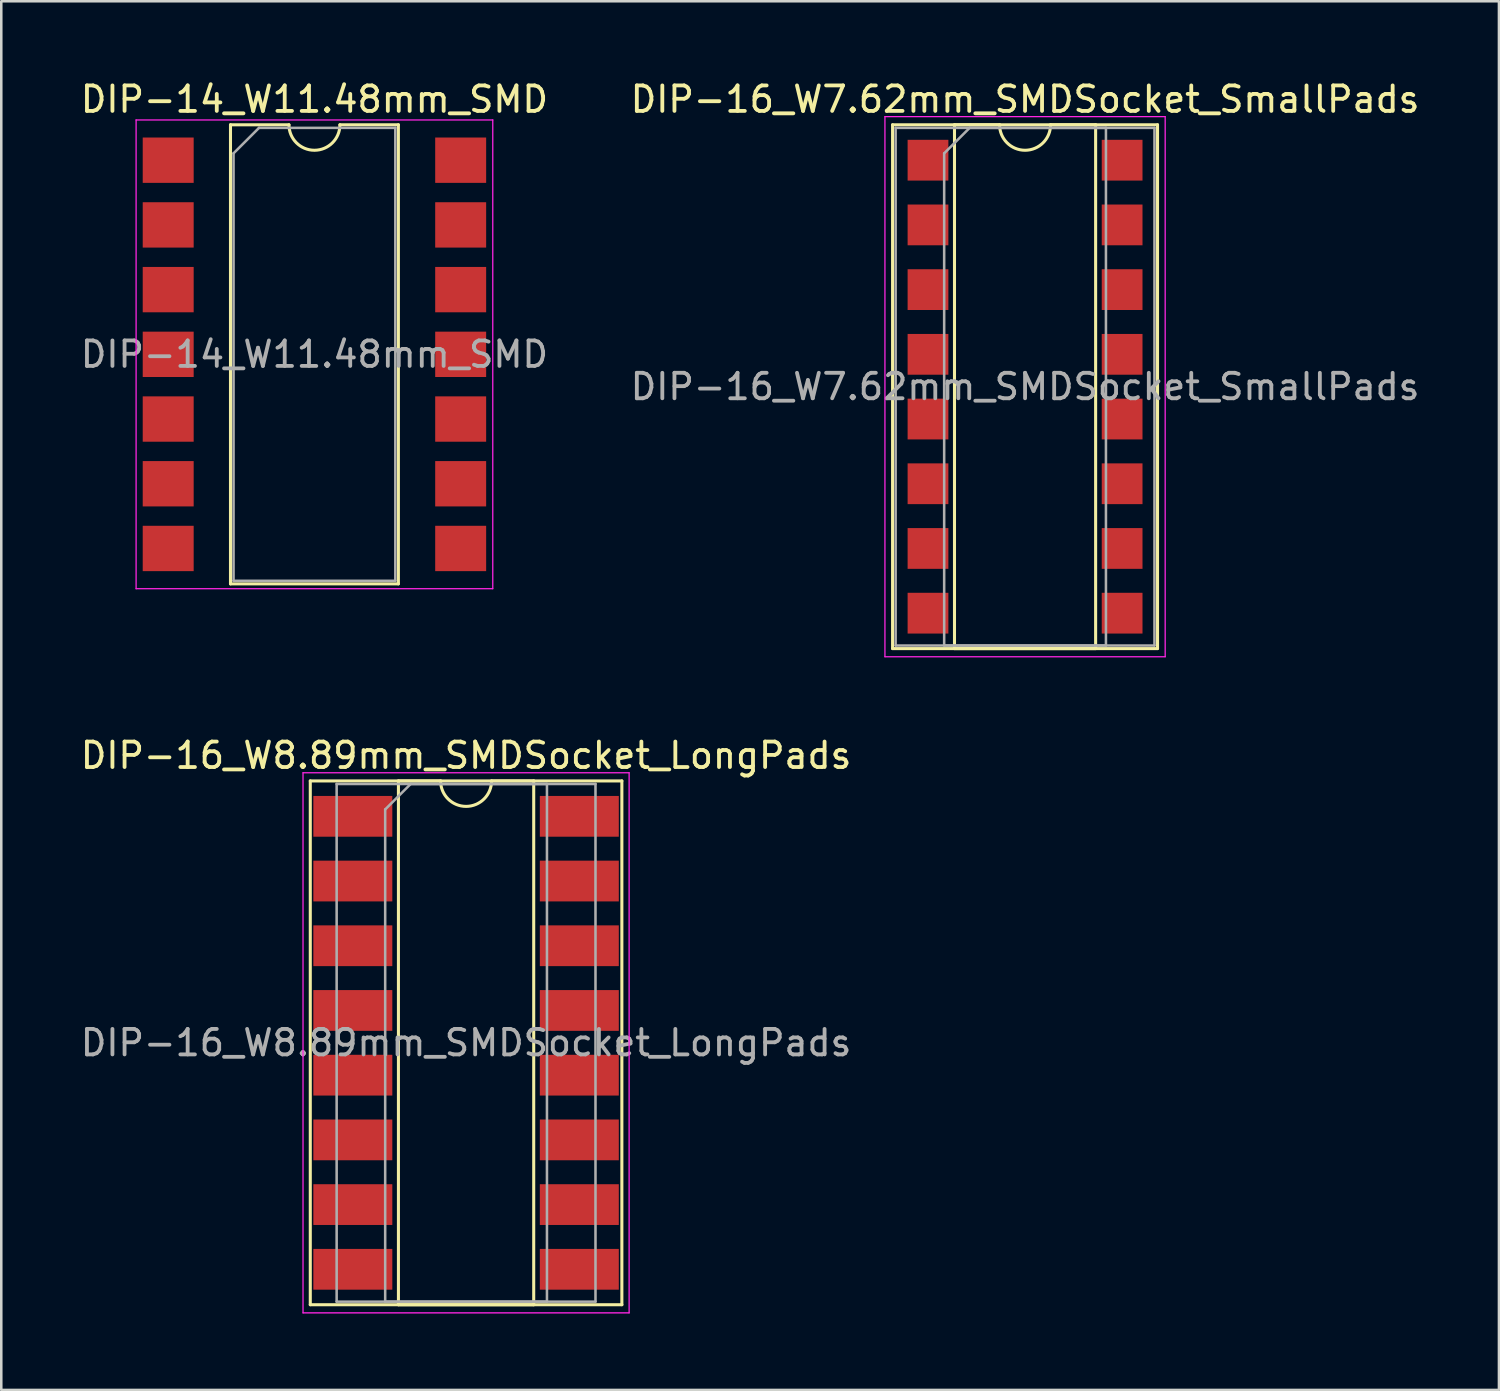
<source format=kicad_pcb>
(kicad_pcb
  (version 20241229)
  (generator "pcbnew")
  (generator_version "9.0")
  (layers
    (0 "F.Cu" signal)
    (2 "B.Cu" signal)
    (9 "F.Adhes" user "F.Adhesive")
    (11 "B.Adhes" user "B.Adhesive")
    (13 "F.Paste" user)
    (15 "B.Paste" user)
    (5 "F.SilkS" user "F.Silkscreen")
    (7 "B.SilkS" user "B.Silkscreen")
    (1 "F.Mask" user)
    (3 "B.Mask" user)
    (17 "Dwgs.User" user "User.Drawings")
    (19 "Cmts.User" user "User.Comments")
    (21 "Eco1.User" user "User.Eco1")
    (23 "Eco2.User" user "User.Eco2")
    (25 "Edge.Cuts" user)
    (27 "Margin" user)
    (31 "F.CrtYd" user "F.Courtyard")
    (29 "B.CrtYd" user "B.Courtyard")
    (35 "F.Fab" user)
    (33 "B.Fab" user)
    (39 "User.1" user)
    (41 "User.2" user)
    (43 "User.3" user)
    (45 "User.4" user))
  (footprint "DIP-14_W11.48mm_SMD"
    (layer "F.Cu")
    (at 9.292 10.858)
    (property "Reference" "DIP-14_W11.48mm_SMD" (at 0 -10.01 0) (layer "F.SilkS") (effects (font (size 1 1) (thickness 0.15))))
    (attr smd)
    (fp_line (start -3.295 -9.01) (end -3.295 9.01) (stroke (width 0.12) (type solid)) (layer "F.SilkS"))
    (fp_line (start -3.295 9.01) (end 3.295 9.01) (stroke (width 0.12) (type solid)) (layer "F.SilkS"))
    (fp_line (start -1 -9.01) (end -3.295 -9.01) (stroke (width 0.12) (type solid)) (layer "F.SilkS"))
    (fp_line (start 3.295 -9.01) (end 1 -9.01) (stroke (width 0.12) (type solid)) (layer "F.SilkS"))
    (fp_line (start 3.295 9.01) (end 3.295 -9.01) (stroke (width 0.12) (type solid)) (layer "F.SilkS"))
    (fp_arc (start 1 -9.01) (mid 0 -8.01) (end -1 -9.01) (stroke (width 0.12) (type solid)) (layer "F.SilkS"))
    (fp_line (start -7 -9.2) (end -7 9.2) (stroke (width 0.05) (type solid)) (layer "F.CrtYd"))
    (fp_line (start -7 9.2) (end 7 9.2) (stroke (width 0.05) (type solid)) (layer "F.CrtYd"))
    (fp_line (start 7 -9.2) (end -7 -9.2) (stroke (width 0.05) (type solid)) (layer "F.CrtYd"))
    (fp_line (start 7 9.2) (end 7 -9.2) (stroke (width 0.05) (type solid)) (layer "F.CrtYd"))
    (fp_line (start -3.175 -7.89) (end -2.175 -8.89) (stroke (width 0.1) (type solid)) (layer "F.Fab"))
    (fp_line (start -3.175 8.89) (end -3.175 -7.89) (stroke (width 0.1) (type solid)) (layer "F.Fab"))
    (fp_line (start -2.175 -8.89) (end 3.175 -8.89) (stroke (width 0.1) (type solid)) (layer "F.Fab"))
    (fp_line (start 3.175 -8.89) (end 3.175 8.89) (stroke (width 0.1) (type solid)) (layer "F.Fab"))
    (fp_line (start 3.175 8.89) (end -3.175 8.89) (stroke (width 0.1) (type solid)) (layer "F.Fab"))
    (fp_text user "${REFERENCE}" (at 0 0 0) (layer "F.Fab") (effects (font (size 1 1) (thickness 0.15))))
    (pad "1" smd rect (at -5.74 -7.62) (size 2 1.78) (layers "F.Cu" "F.Mask" "F.Paste"))
    (pad "2" smd rect (at -5.74 -5.08) (size 2 1.78) (layers "F.Cu" "F.Mask" "F.Paste"))
    (pad "3" smd rect (at -5.74 -2.54) (size 2 1.78) (layers "F.Cu" "F.Mask" "F.Paste"))
    (pad "4" smd rect (at -5.74 0) (size 2 1.78) (layers "F.Cu" "F.Mask" "F.Paste"))
    (pad "5" smd rect (at -5.74 2.54) (size 2 1.78) (layers "F.Cu" "F.Mask" "F.Paste"))
    (pad "6" smd rect (at -5.74 5.08) (size 2 1.78) (layers "F.Cu" "F.Mask" "F.Paste"))
    (pad "7" smd rect (at -5.74 7.62) (size 2 1.78) (layers "F.Cu" "F.Mask" "F.Paste"))
    (pad "8" smd rect (at 5.74 7.62) (size 2 1.78) (layers "F.Cu" "F.Mask" "F.Paste"))
    (pad "9" smd rect (at 5.74 5.08) (size 2 1.78) (layers "F.Cu" "F.Mask" "F.Paste"))
    (pad "10" smd rect (at 5.74 2.54) (size 2 1.78) (layers "F.Cu" "F.Mask" "F.Paste"))
    (pad "11" smd rect (at 5.74 0) (size 2 1.78) (layers "F.Cu" "F.Mask" "F.Paste"))
    (pad "12" smd rect (at 5.74 -2.54) (size 2 1.78) (layers "F.Cu" "F.Mask" "F.Paste"))
    (pad "13" smd rect (at 5.74 -5.08) (size 2 1.78) (layers "F.Cu" "F.Mask" "F.Paste"))
    (pad "14" smd rect (at 5.74 -7.62) (size 2 1.78) (layers "F.Cu" "F.Mask" "F.Paste")))
  (footprint "DIP-16_W8.89mm_SMDSocket_LongPads"
    (layer "F.Cu")
    (at 15.244 37.882)
    (property "Reference" "DIP-16_W8.89mm_SMDSocket_LongPads" (at 0 -11.28 0) (layer "F.SilkS") (effects (font (size 1 1) (thickness 0.15))))
    (attr smd)
    (fp_line (start -6.115 -10.28) (end -6.115 10.28) (stroke (width 0.12) (type solid)) (layer "F.SilkS"))
    (fp_line (start -6.115 10.28) (end 6.115 10.28) (stroke (width 0.12) (type solid)) (layer "F.SilkS"))
    (fp_line (start -2.655 -10.28) (end -2.655 10.28) (stroke (width 0.12) (type solid)) (layer "F.SilkS"))
    (fp_line (start -2.655 10.28) (end 2.655 10.28) (stroke (width 0.12) (type solid)) (layer "F.SilkS"))
    (fp_line (start -1 -10.28) (end -2.655 -10.28) (stroke (width 0.12) (type solid)) (layer "F.SilkS"))
    (fp_line (start 2.655 -10.28) (end 1 -10.28) (stroke (width 0.12) (type solid)) (layer "F.SilkS"))
    (fp_line (start 2.655 10.28) (end 2.655 -10.28) (stroke (width 0.12) (type solid)) (layer "F.SilkS"))
    (fp_line (start 6.115 -10.28) (end -6.115 -10.28) (stroke (width 0.12) (type solid)) (layer "F.SilkS"))
    (fp_line (start 6.115 10.28) (end 6.115 -10.28) (stroke (width 0.12) (type solid)) (layer "F.SilkS"))
    (fp_arc (start 1 -10.28) (mid 0 -9.28) (end -1 -10.28) (stroke (width 0.12) (type solid)) (layer "F.SilkS"))
    (fp_line (start -6.4 -10.6) (end -6.4 10.6) (stroke (width 0.05) (type solid)) (layer "F.CrtYd"))
    (fp_line (start -6.4 10.6) (end 6.4 10.6) (stroke (width 0.05) (type solid)) (layer "F.CrtYd"))
    (fp_line (start 6.4 -10.6) (end -6.4 -10.6) (stroke (width 0.05) (type solid)) (layer "F.CrtYd"))
    (fp_line (start 6.4 10.6) (end 6.4 -10.6) (stroke (width 0.05) (type solid)) (layer "F.CrtYd"))
    (fp_line (start -5.08 -10.16) (end -5.08 10.16) (stroke (width 0.1) (type solid)) (layer "F.Fab"))
    (fp_line (start -5.08 10.16) (end 5.08 10.16) (stroke (width 0.1) (type solid)) (layer "F.Fab"))
    (fp_line (start -3.175 -9.16) (end -2.175 -10.16) (stroke (width 0.1) (type solid)) (layer "F.Fab"))
    (fp_line (start -3.175 10.16) (end -3.175 -9.16) (stroke (width 0.1) (type solid)) (layer "F.Fab"))
    (fp_line (start -2.175 -10.16) (end 3.175 -10.16) (stroke (width 0.1) (type solid)) (layer "F.Fab"))
    (fp_line (start 3.175 -10.16) (end 3.175 10.16) (stroke (width 0.1) (type solid)) (layer "F.Fab"))
    (fp_line (start 3.175 10.16) (end -3.175 10.16) (stroke (width 0.1) (type solid)) (layer "F.Fab"))
    (fp_line (start 5.08 -10.16) (end -5.08 -10.16) (stroke (width 0.1) (type solid)) (layer "F.Fab"))
    (fp_line (start 5.08 10.16) (end 5.08 -10.16) (stroke (width 0.1) (type solid)) (layer "F.Fab"))
    (fp_text user "${REFERENCE}" (at 0 0 0) (layer "F.Fab") (effects (font (size 1 1) (thickness 0.15))))
    (pad "1" smd rect (at -4.445 -8.89) (size 3.1 1.6) (layers "F.Cu" "F.Mask" "F.Paste"))
    (pad "2" smd rect (at -4.445 -6.35) (size 3.1 1.6) (layers "F.Cu" "F.Mask" "F.Paste"))
    (pad "3" smd rect (at -4.445 -3.81) (size 3.1 1.6) (layers "F.Cu" "F.Mask" "F.Paste"))
    (pad "4" smd rect (at -4.445 -1.27) (size 3.1 1.6) (layers "F.Cu" "F.Mask" "F.Paste"))
    (pad "5" smd rect (at -4.445 1.27) (size 3.1 1.6) (layers "F.Cu" "F.Mask" "F.Paste"))
    (pad "6" smd rect (at -4.445 3.81) (size 3.1 1.6) (layers "F.Cu" "F.Mask" "F.Paste"))
    (pad "7" smd rect (at -4.445 6.35) (size 3.1 1.6) (layers "F.Cu" "F.Mask" "F.Paste"))
    (pad "8" smd rect (at -4.445 8.89) (size 3.1 1.6) (layers "F.Cu" "F.Mask" "F.Paste"))
    (pad "9" smd rect (at 4.445 8.89) (size 3.1 1.6) (layers "F.Cu" "F.Mask" "F.Paste"))
    (pad "10" smd rect (at 4.445 6.35) (size 3.1 1.6) (layers "F.Cu" "F.Mask" "F.Paste"))
    (pad "11" smd rect (at 4.445 3.81) (size 3.1 1.6) (layers "F.Cu" "F.Mask" "F.Paste"))
    (pad "12" smd rect (at 4.445 1.27) (size 3.1 1.6) (layers "F.Cu" "F.Mask" "F.Paste"))
    (pad "13" smd rect (at 4.445 -1.27) (size 3.1 1.6) (layers "F.Cu" "F.Mask" "F.Paste"))
    (pad "14" smd rect (at 4.445 -3.81) (size 3.1 1.6) (layers "F.Cu" "F.Mask" "F.Paste"))
    (pad "15" smd rect (at 4.445 -6.35) (size 3.1 1.6) (layers "F.Cu" "F.Mask" "F.Paste"))
    (pad "16" smd rect (at 4.445 -8.89) (size 3.1 1.6) (layers "F.Cu" "F.Mask" "F.Paste")))
  (footprint "DIP-16_W7.62mm_SMDSocket_SmallPads"
    (layer "F.Cu")
    (at 37.185 12.128)
    (property "Reference" "DIP-16_W7.62mm_SMDSocket_SmallPads" (at 0 -11.28 0) (layer "F.SilkS") (effects (font (size 1 1) (thickness 0.15))))
    (attr smd)
    (fp_line (start -5.2 -10.28) (end -5.2 10.28) (stroke (width 0.12) (type solid)) (layer "F.SilkS"))
    (fp_line (start -5.2 10.28) (end 5.2 10.28) (stroke (width 0.12) (type solid)) (layer "F.SilkS"))
    (fp_line (start -2.77 -10.28) (end -2.77 10.28) (stroke (width 0.12) (type solid)) (layer "F.SilkS"))
    (fp_line (start -2.77 10.28) (end 2.77 10.28) (stroke (width 0.12) (type solid)) (layer "F.SilkS"))
    (fp_line (start -1 -10.28) (end -2.77 -10.28) (stroke (width 0.12) (type solid)) (layer "F.SilkS"))
    (fp_line (start 2.77 -10.28) (end 1 -10.28) (stroke (width 0.12) (type solid)) (layer "F.SilkS"))
    (fp_line (start 2.77 10.28) (end 2.77 -10.28) (stroke (width 0.12) (type solid)) (layer "F.SilkS"))
    (fp_line (start 5.2 -10.28) (end -5.2 -10.28) (stroke (width 0.12) (type solid)) (layer "F.SilkS"))
    (fp_line (start 5.2 10.28) (end 5.2 -10.28) (stroke (width 0.12) (type solid)) (layer "F.SilkS"))
    (fp_arc (start 1 -10.28) (mid 0 -9.28) (end -1 -10.28) (stroke (width 0.12) (type solid)) (layer "F.SilkS"))
    (fp_line (start -5.5 -10.6) (end -5.5 10.6) (stroke (width 0.05) (type solid)) (layer "F.CrtYd"))
    (fp_line (start -5.5 10.6) (end 5.5 10.6) (stroke (width 0.05) (type solid)) (layer "F.CrtYd"))
    (fp_line (start 5.5 -10.6) (end -5.5 -10.6) (stroke (width 0.05) (type solid)) (layer "F.CrtYd"))
    (fp_line (start 5.5 10.6) (end 5.5 -10.6) (stroke (width 0.05) (type solid)) (layer "F.CrtYd"))
    (fp_line (start -5.08 -10.16) (end -5.08 10.16) (stroke (width 0.1) (type solid)) (layer "F.Fab"))
    (fp_line (start -5.08 10.16) (end 5.08 10.16) (stroke (width 0.1) (type solid)) (layer "F.Fab"))
    (fp_line (start -3.175 -9.16) (end -2.175 -10.16) (stroke (width 0.1) (type solid)) (layer "F.Fab"))
    (fp_line (start -3.175 10.16) (end -3.175 -9.16) (stroke (width 0.1) (type solid)) (layer "F.Fab"))
    (fp_line (start -2.175 -10.16) (end 3.175 -10.16) (stroke (width 0.1) (type solid)) (layer "F.Fab"))
    (fp_line (start 3.175 -10.16) (end 3.175 10.16) (stroke (width 0.1) (type solid)) (layer "F.Fab"))
    (fp_line (start 3.175 10.16) (end -3.175 10.16) (stroke (width 0.1) (type solid)) (layer "F.Fab"))
    (fp_line (start 5.08 -10.16) (end -5.08 -10.16) (stroke (width 0.1) (type solid)) (layer "F.Fab"))
    (fp_line (start 5.08 10.16) (end 5.08 -10.16) (stroke (width 0.1) (type solid)) (layer "F.Fab"))
    (fp_text user "${REFERENCE}" (at 0 0 0) (layer "F.Fab") (effects (font (size 1 1) (thickness 0.15))))
    (pad "1" smd rect (at -3.81 -8.89) (size 1.6 1.6) (layers "F.Cu" "F.Mask" "F.Paste"))
    (pad "2" smd rect (at -3.81 -6.35) (size 1.6 1.6) (layers "F.Cu" "F.Mask" "F.Paste"))
    (pad "3" smd rect (at -3.81 -3.81) (size 1.6 1.6) (layers "F.Cu" "F.Mask" "F.Paste"))
    (pad "4" smd rect (at -3.81 -1.27) (size 1.6 1.6) (layers "F.Cu" "F.Mask" "F.Paste"))
    (pad "5" smd rect (at -3.81 1.27) (size 1.6 1.6) (layers "F.Cu" "F.Mask" "F.Paste"))
    (pad "6" smd rect (at -3.81 3.81) (size 1.6 1.6) (layers "F.Cu" "F.Mask" "F.Paste"))
    (pad "7" smd rect (at -3.81 6.35) (size 1.6 1.6) (layers "F.Cu" "F.Mask" "F.Paste"))
    (pad "8" smd rect (at -3.81 8.89) (size 1.6 1.6) (layers "F.Cu" "F.Mask" "F.Paste"))
    (pad "9" smd rect (at 3.81 8.89) (size 1.6 1.6) (layers "F.Cu" "F.Mask" "F.Paste"))
    (pad "10" smd rect (at 3.81 6.35) (size 1.6 1.6) (layers "F.Cu" "F.Mask" "F.Paste"))
    (pad "11" smd rect (at 3.81 3.81) (size 1.6 1.6) (layers "F.Cu" "F.Mask" "F.Paste"))
    (pad "12" smd rect (at 3.81 1.27) (size 1.6 1.6) (layers "F.Cu" "F.Mask" "F.Paste"))
    (pad "13" smd rect (at 3.81 -1.27) (size 1.6 1.6) (layers "F.Cu" "F.Mask" "F.Paste"))
    (pad "14" smd rect (at 3.81 -3.81) (size 1.6 1.6) (layers "F.Cu" "F.Mask" "F.Paste"))
    (pad "15" smd rect (at 3.81 -6.35) (size 1.6 1.6) (layers "F.Cu" "F.Mask" "F.Paste"))
    (pad "16" smd rect (at 3.81 -8.89) (size 1.6 1.6) (layers "F.Cu" "F.Mask" "F.Paste")))
  (gr_rect
    (start -3 -3)
    (end 55.786 51.507)
    (stroke (width 0.1) (type default))
    (fill no)
    (layer "Edge.Cuts")))
</source>
